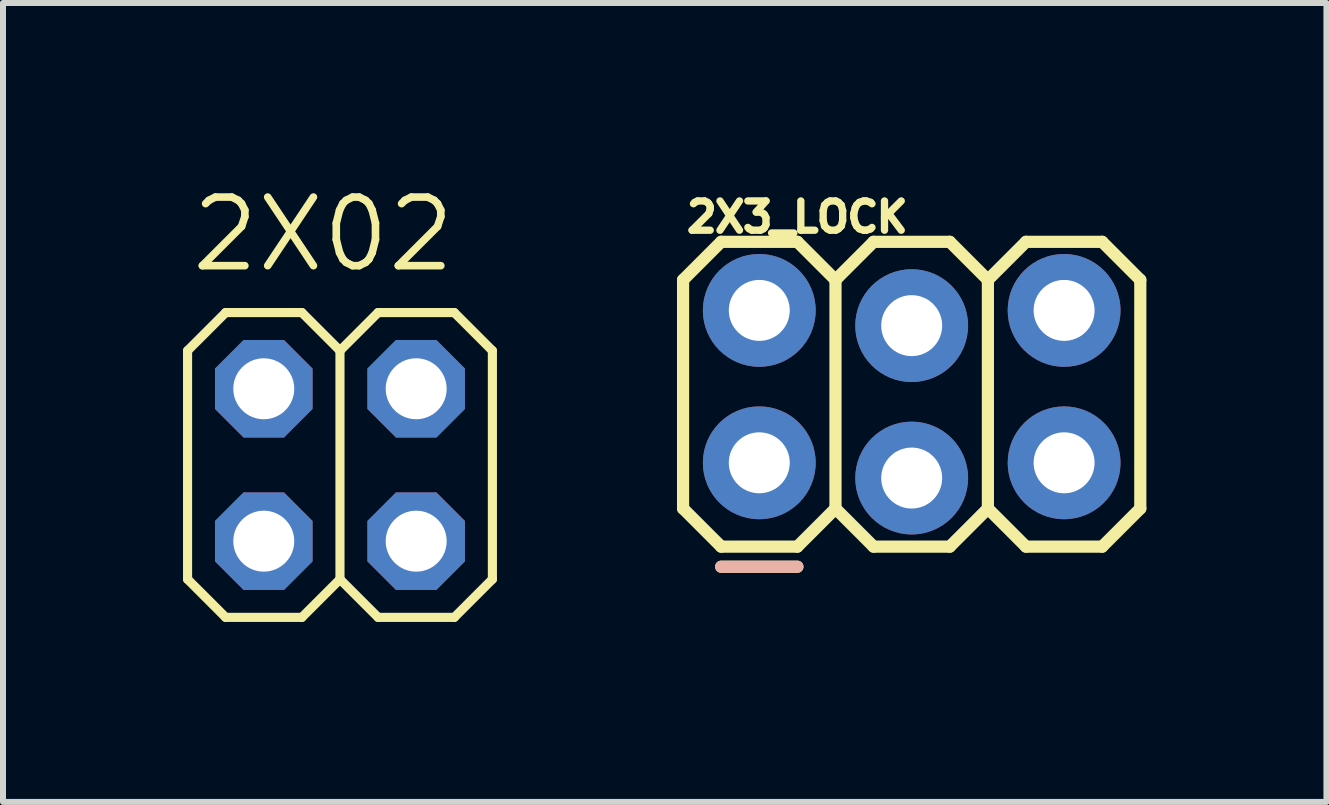
<source format=kicad_pcb>
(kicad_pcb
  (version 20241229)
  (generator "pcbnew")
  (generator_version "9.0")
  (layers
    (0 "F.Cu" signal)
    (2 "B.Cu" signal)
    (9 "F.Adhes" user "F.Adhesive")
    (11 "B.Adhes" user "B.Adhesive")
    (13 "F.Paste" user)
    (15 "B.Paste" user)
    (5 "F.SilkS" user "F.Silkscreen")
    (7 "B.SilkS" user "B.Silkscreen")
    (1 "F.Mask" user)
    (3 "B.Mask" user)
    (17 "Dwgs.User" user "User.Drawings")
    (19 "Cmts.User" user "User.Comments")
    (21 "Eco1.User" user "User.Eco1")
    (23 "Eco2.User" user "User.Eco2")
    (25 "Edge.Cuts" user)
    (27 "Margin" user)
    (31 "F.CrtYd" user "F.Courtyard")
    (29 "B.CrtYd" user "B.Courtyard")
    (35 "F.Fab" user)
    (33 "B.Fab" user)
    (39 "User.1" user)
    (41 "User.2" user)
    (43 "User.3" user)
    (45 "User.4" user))
  (footprint "2X02"
    (layer "F.Cu")
    (at 2.616 4.699)
    (property "Reference" "2X02" (at -2.54 -3.175 0) (unlocked yes) (layer "F.SilkS") (effects (font (size 1.143 1.143) (thickness 0.127)) (justify left bottom)))
    (fp_line (start -2.54 -1.905) (end -1.905 -2.54) (stroke (width 0.152) (type solid)) (layer "F.SilkS"))
    (fp_line (start -2.54 1.905) (end -2.54 -1.905) (stroke (width 0.152) (type solid)) (layer "F.SilkS"))
    (fp_line (start -2.54 1.905) (end -1.905 2.54) (stroke (width 0.152) (type solid)) (layer "F.SilkS"))
    (fp_line (start -1.905 -2.54) (end -0.635 -2.54) (stroke (width 0.152) (type solid)) (layer "F.SilkS"))
    (fp_line (start -1.905 2.54) (end -0.635 2.54) (stroke (width 0.152) (type solid)) (layer "F.SilkS"))
    (fp_line (start -0.635 -2.54) (end 0 -1.905) (stroke (width 0.152) (type solid)) (layer "F.SilkS"))
    (fp_line (start -0.635 2.54) (end 0 1.905) (stroke (width 0.152) (type solid)) (layer "F.SilkS"))
    (fp_line (start 0 -1.905) (end 0 1.905) (stroke (width 0.152) (type solid)) (layer "F.SilkS"))
    (fp_line (start 0 -1.905) (end 0.635 -2.54) (stroke (width 0.152) (type solid)) (layer "F.SilkS"))
    (fp_line (start 0 1.905) (end 0.635 2.54) (stroke (width 0.152) (type solid)) (layer "F.SilkS"))
    (fp_line (start 0.635 -2.54) (end 1.905 -2.54) (stroke (width 0.152) (type solid)) (layer "F.SilkS"))
    (fp_line (start 0.635 2.54) (end 1.905 2.54) (stroke (width 0.152) (type solid)) (layer "F.SilkS"))
    (fp_line (start 1.905 -2.54) (end 2.54 -1.905) (stroke (width 0.152) (type solid)) (layer "F.SilkS"))
    (fp_line (start 1.905 2.54) (end 2.54 1.905) (stroke (width 0.152) (type solid)) (layer "F.SilkS"))
    (fp_line (start 2.54 -1.905) (end 2.54 1.905) (stroke (width 0.152) (type solid)) (layer "F.SilkS"))
    (fp_poly (pts (xy -1.524 -1.016) (xy -1.016 -1.016) (xy -1.016 -1.524) (xy -1.524 -1.524)) (stroke (width 0.1) (type default)) (fill no) (layer "F.Fab"))
    (fp_poly (pts (xy -1.524 1.524) (xy -1.016 1.524) (xy -1.016 1.016) (xy -1.524 1.016)) (stroke (width 0.1) (type default)) (fill no) (layer "F.Fab"))
    (fp_poly (pts (xy 1.016 -1.016) (xy 1.524 -1.016) (xy 1.524 -1.524) (xy 1.016 -1.524)) (stroke (width 0.1) (type default)) (fill no) (layer "F.Fab"))
    (fp_poly (pts (xy 1.016 1.524) (xy 1.524 1.524) (xy 1.524 1.016) (xy 1.016 1.016)) (stroke (width 0.1) (type default)) (fill no) (layer "F.Fab"))
    (pad "1" thru_hole roundrect (at -1.27 1.27) (size 1.626 1.626) (drill 1.016) (layers "*.Cu" "*.Mask") (roundrect_rratio 0.25) (chamfer_ratio 0.293) (chamfer top_left top_right bottom_left bottom_right))
    (pad "2" thru_hole roundrect (at -1.27 -1.27) (size 1.626 1.626) (drill 1.016) (layers "*.Cu" "*.Mask") (roundrect_rratio 0.25) (chamfer_ratio 0.293) (chamfer top_left top_right bottom_left bottom_right))
    (pad "3" thru_hole roundrect (at 1.27 1.27) (size 1.626 1.626) (drill 1.016) (layers "*.Cu" "*.Mask") (roundrect_rratio 0.25) (chamfer_ratio 0.293) (chamfer top_left top_right bottom_left bottom_right))
    (pad "4" thru_hole roundrect (at 1.27 -1.27) (size 1.626 1.626) (drill 1.016) (layers "*.Cu" "*.Mask") (roundrect_rratio 0.25) (chamfer_ratio 0.293) (chamfer top_left top_right bottom_left bottom_right)))
  (footprint "2X3_LOCK"
    (layer "F.Cu")
    (at 9.604 4.79)
    (property "Reference" "2X3_LOCK" (at -1.27 -3.937 0) (unlocked yes) (layer "F.SilkS") (effects (font (size 0.488 0.488) (thickness 0.122)) (justify left bottom)))
    (fp_line (start -1.27 -3.175) (end -0.635 -3.81) (stroke (width 0.203) (type solid)) (layer "F.SilkS"))
    (fp_line (start -1.27 0.635) (end -1.27 -3.175) (stroke (width 0.203) (type solid)) (layer "F.SilkS"))
    (fp_line (start -1.27 0.635) (end -0.635 1.27) (stroke (width 0.203) (type solid)) (layer "F.SilkS"))
    (fp_line (start -0.635 -3.81) (end 0.635 -3.81) (stroke (width 0.203) (type solid)) (layer "F.SilkS"))
    (fp_line (start -0.635 1.27) (end 0.635 1.27) (stroke (width 0.203) (type solid)) (layer "F.SilkS"))
    (fp_line (start 0.635 -3.81) (end 1.27 -3.175) (stroke (width 0.203) (type solid)) (layer "F.SilkS"))
    (fp_line (start 0.635 1.27) (end 1.27 0.635) (stroke (width 0.203) (type solid)) (layer "F.SilkS"))
    (fp_line (start 0.635 1.605) (end -0.635 1.605) (stroke (width 0.203) (type solid)) (layer "F.SilkS"))
    (fp_line (start 1.27 -3.175) (end 1.27 0.635) (stroke (width 0.203) (type solid)) (layer "F.SilkS"))
    (fp_line (start 1.27 -3.175) (end 1.905 -3.81) (stroke (width 0.203) (type solid)) (layer "F.SilkS"))
    (fp_line (start 1.27 0.635) (end 1.905 1.27) (stroke (width 0.203) (type solid)) (layer "F.SilkS"))
    (fp_line (start 1.905 -3.81) (end 3.175 -3.81) (stroke (width 0.203) (type solid)) (layer "F.SilkS"))
    (fp_line (start 1.905 1.27) (end 3.175 1.27) (stroke (width 0.203) (type solid)) (layer "F.SilkS"))
    (fp_line (start 3.175 -3.81) (end 3.81 -3.175) (stroke (width 0.203) (type solid)) (layer "F.SilkS"))
    (fp_line (start 3.175 1.27) (end 3.81 0.635) (stroke (width 0.203) (type solid)) (layer "F.SilkS"))
    (fp_line (start 3.81 -3.175) (end 3.81 0.635) (stroke (width 0.203) (type solid)) (layer "F.SilkS"))
    (fp_line (start 3.81 -3.175) (end 4.445 -3.81) (stroke (width 0.203) (type solid)) (layer "F.SilkS"))
    (fp_line (start 3.81 0.635) (end 4.445 1.27) (stroke (width 0.203) (type solid)) (layer "F.SilkS"))
    (fp_line (start 4.445 -3.81) (end 5.715 -3.81) (stroke (width 0.203) (type solid)) (layer "F.SilkS"))
    (fp_line (start 4.445 1.27) (end 5.715 1.27) (stroke (width 0.203) (type solid)) (layer "F.SilkS"))
    (fp_line (start 5.715 -3.81) (end 6.35 -3.175) (stroke (width 0.203) (type solid)) (layer "F.SilkS"))
    (fp_line (start 5.715 1.27) (end 6.35 0.635) (stroke (width 0.203) (type solid)) (layer "F.SilkS"))
    (fp_line (start 6.35 -3.175) (end 6.35 0.635) (stroke (width 0.203) (type solid)) (layer "F.SilkS"))
    (fp_line (start -0.635 1.605) (end 0.635 1.605) (stroke (width 0.203) (type solid)) (layer "B.SilkS"))
    (fp_poly (pts (xy -0.254 -2.286) (xy 0.254 -2.286) (xy 0.254 -2.794) (xy -0.254 -2.794)) (stroke (width 0.1) (type default)) (fill no) (layer "F.Fab"))
    (fp_poly (pts (xy -0.254 0.254) (xy 0.254 0.254) (xy 0.254 -0.254) (xy -0.254 -0.254)) (stroke (width 0.1) (type default)) (fill no) (layer "F.Fab"))
    (fp_poly (pts (xy 2.286 -2.286) (xy 2.794 -2.286) (xy 2.794 -2.794) (xy 2.286 -2.794)) (stroke (width 0.1) (type default)) (fill no) (layer "F.Fab"))
    (fp_poly (pts (xy 2.286 0.254) (xy 2.794 0.254) (xy 2.794 -0.254) (xy 2.286 -0.254)) (stroke (width 0.1) (type default)) (fill no) (layer "F.Fab"))
    (fp_poly (pts (xy 4.826 -2.286) (xy 5.334 -2.286) (xy 5.334 -2.794) (xy 4.826 -2.794)) (stroke (width 0.1) (type default)) (fill no) (layer "F.Fab"))
    (fp_poly (pts (xy 4.826 0.254) (xy 5.334 0.254) (xy 5.334 -0.254) (xy 4.826 -0.254)) (stroke (width 0.1) (type default)) (fill no) (layer "F.Fab"))
    (pad "1" thru_hole circle (at 0 -0.127) (size 1.88 1.88) (drill 1.016) (layers "*.Cu" "*.Mask"))
    (pad "2" thru_hole circle (at 0 -2.667) (size 1.88 1.88) (drill 1.016) (layers "*.Cu" "*.Mask"))
    (pad "3" thru_hole circle (at 2.54 0.127) (size 1.88 1.88) (drill 1.016) (layers "*.Cu" "*.Mask"))
    (pad "4" thru_hole circle (at 2.54 -2.413 90) (size 1.88 1.88) (drill 1.016) (layers "*.Cu" "*.Mask"))
    (pad "5" thru_hole circle (at 5.08 -0.127) (size 1.88 1.88) (drill 1.016) (layers "*.Cu" "*.Mask"))
    (pad "6" thru_hole circle (at 5.08 -2.667) (size 1.88 1.88) (drill 1.016) (layers "*.Cu" "*.Mask")))
  (gr_rect
    (start -3 -3)
    (end 19.056 10.315)
    (stroke (width 0.1) (type default))
    (fill no)
    (layer "Edge.Cuts")))
</source>
